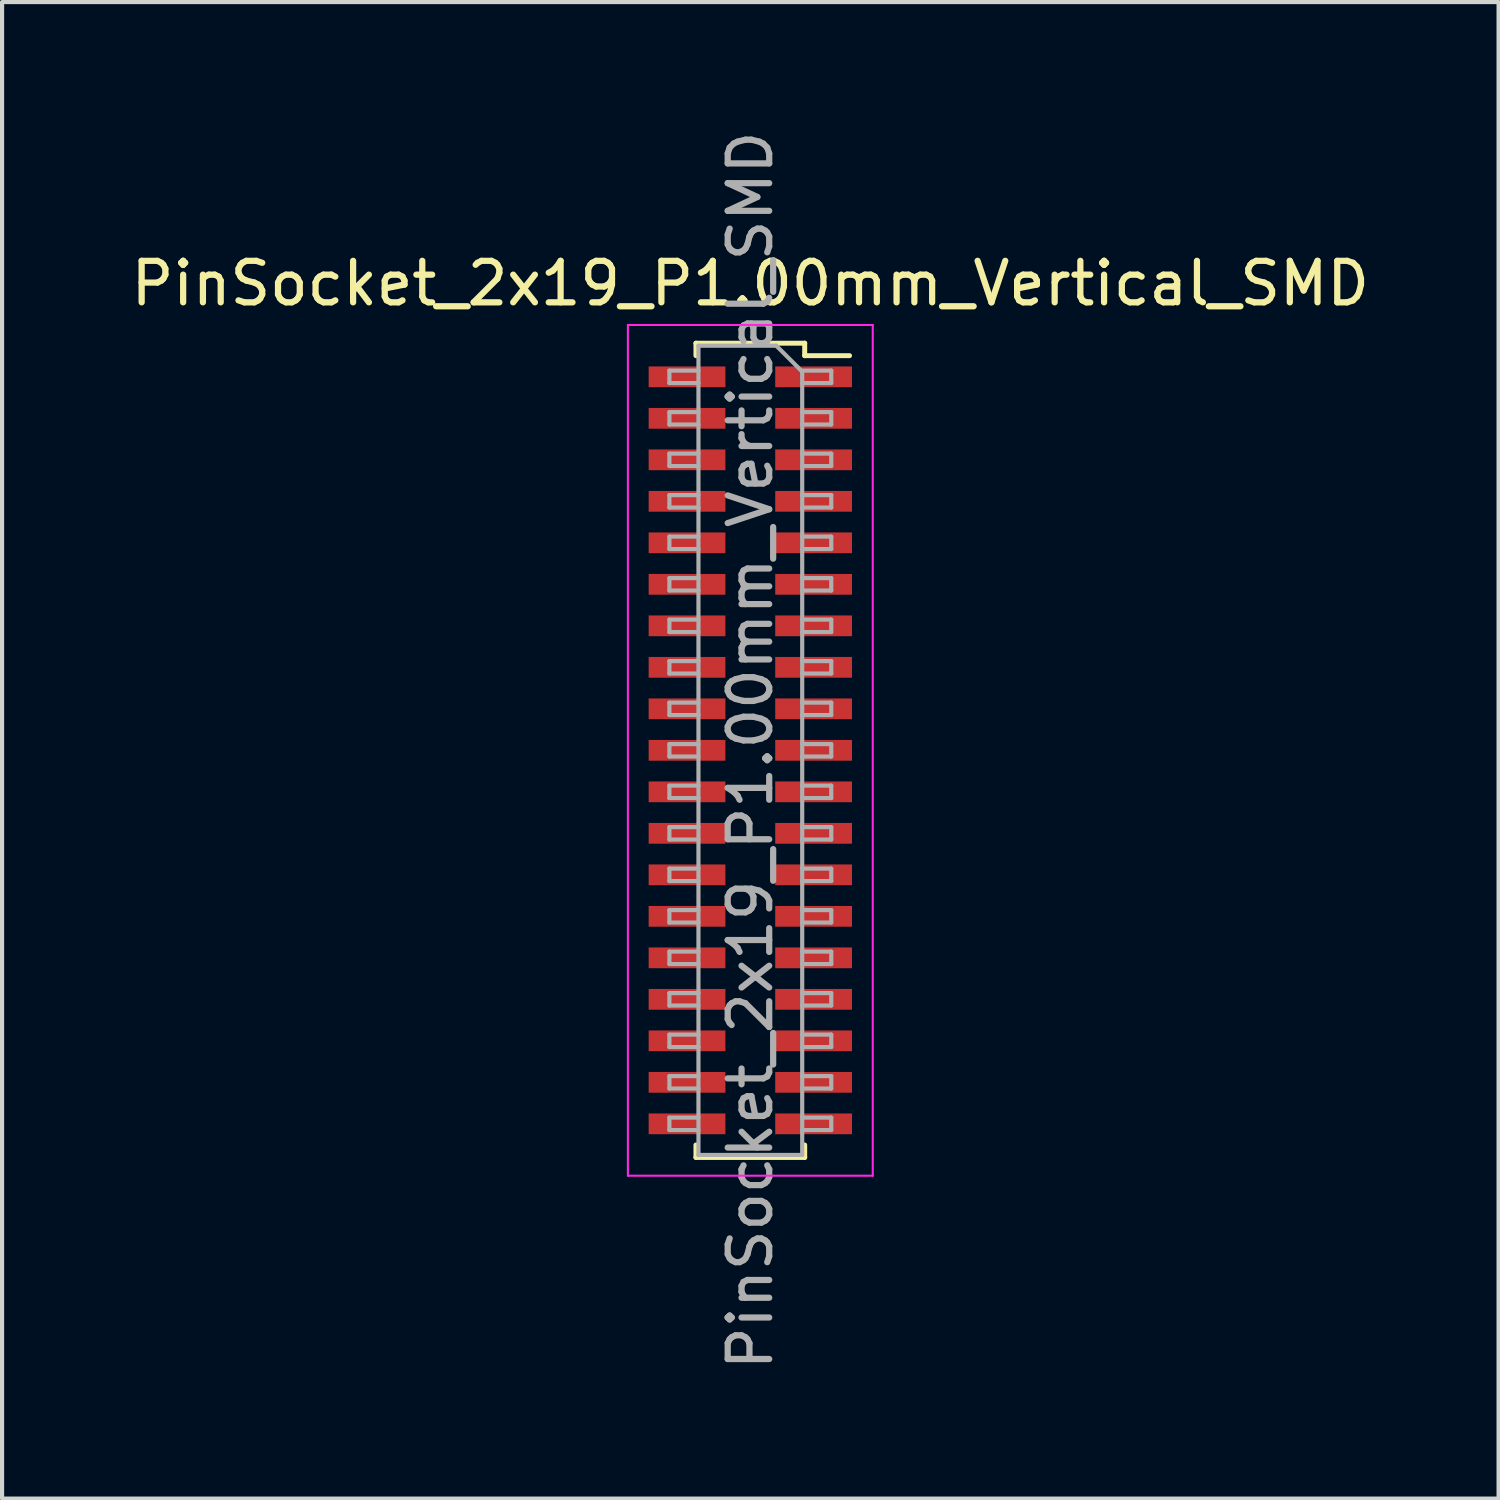
<source format=kicad_pcb>
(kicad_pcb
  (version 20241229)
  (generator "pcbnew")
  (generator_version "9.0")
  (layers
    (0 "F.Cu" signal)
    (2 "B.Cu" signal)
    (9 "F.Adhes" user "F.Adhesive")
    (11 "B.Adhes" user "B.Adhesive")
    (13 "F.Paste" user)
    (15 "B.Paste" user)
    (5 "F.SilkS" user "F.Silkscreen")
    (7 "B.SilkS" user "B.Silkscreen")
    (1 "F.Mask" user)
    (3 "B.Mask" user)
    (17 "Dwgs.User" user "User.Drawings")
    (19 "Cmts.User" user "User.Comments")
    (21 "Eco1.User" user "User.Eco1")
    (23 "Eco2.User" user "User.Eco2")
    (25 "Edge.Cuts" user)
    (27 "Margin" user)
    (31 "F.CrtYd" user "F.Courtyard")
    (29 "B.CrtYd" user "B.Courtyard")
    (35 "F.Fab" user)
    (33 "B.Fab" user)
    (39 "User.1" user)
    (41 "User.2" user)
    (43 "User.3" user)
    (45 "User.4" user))
  (footprint "PinSocket_2x19_P1.00mm_Vertical_SMD"
    (layer "F.Cu")
    (at 15.03 15.03)
    (property "Reference" "PinSocket_2x19_P1.00mm_Vertical_SMD" (at 0 -11.25 0) (layer "F.SilkS") (effects (font (size 1 1) (thickness 0.15))))
    (attr smd)
    (fp_line (start -1.31 -9.81) (end -1.31 -9.51) (stroke (width 0.12) (type solid)) (layer "F.SilkS"))
    (fp_line (start -1.31 -9.81) (end 1.31 -9.81) (stroke (width 0.12) (type solid)) (layer "F.SilkS"))
    (fp_line (start -1.31 9.51) (end -1.31 9.81) (stroke (width 0.12) (type solid)) (layer "F.SilkS"))
    (fp_line (start -1.31 9.81) (end 1.31 9.81) (stroke (width 0.12) (type solid)) (layer "F.SilkS"))
    (fp_line (start 1.31 -9.81) (end 1.31 -9.51) (stroke (width 0.12) (type solid)) (layer "F.SilkS"))
    (fp_line (start 1.31 -9.51) (end 2.39 -9.51) (stroke (width 0.12) (type solid)) (layer "F.SilkS"))
    (fp_line (start 1.31 9.51) (end 1.31 9.81) (stroke (width 0.12) (type solid)) (layer "F.SilkS"))
    (fp_line (start -2.95 -10.25) (end 2.95 -10.25) (stroke (width 0.05) (type solid)) (layer "F.CrtYd"))
    (fp_line (start -2.95 10.25) (end -2.95 -10.25) (stroke (width 0.05) (type solid)) (layer "F.CrtYd"))
    (fp_line (start 2.95 -10.25) (end 2.95 10.25) (stroke (width 0.05) (type solid)) (layer "F.CrtYd"))
    (fp_line (start 2.95 10.25) (end -2.95 10.25) (stroke (width 0.05) (type solid)) (layer "F.CrtYd"))
    (fp_line (start -1.95 -9.15) (end -1.25 -9.15) (stroke (width 0.1) (type solid)) (layer "F.Fab"))
    (fp_line (start -1.95 -8.85) (end -1.95 -9.15) (stroke (width 0.1) (type solid)) (layer "F.Fab"))
    (fp_line (start -1.95 -8.15) (end -1.25 -8.15) (stroke (width 0.1) (type solid)) (layer "F.Fab"))
    (fp_line (start -1.95 -7.85) (end -1.95 -8.15) (stroke (width 0.1) (type solid)) (layer "F.Fab"))
    (fp_line (start -1.95 -7.15) (end -1.25 -7.15) (stroke (width 0.1) (type solid)) (layer "F.Fab"))
    (fp_line (start -1.95 -6.85) (end -1.95 -7.15) (stroke (width 0.1) (type solid)) (layer "F.Fab"))
    (fp_line (start -1.95 -6.15) (end -1.25 -6.15) (stroke (width 0.1) (type solid)) (layer "F.Fab"))
    (fp_line (start -1.95 -5.85) (end -1.95 -6.15) (stroke (width 0.1) (type solid)) (layer "F.Fab"))
    (fp_line (start -1.95 -5.15) (end -1.25 -5.15) (stroke (width 0.1) (type solid)) (layer "F.Fab"))
    (fp_line (start -1.95 -4.85) (end -1.95 -5.15) (stroke (width 0.1) (type solid)) (layer "F.Fab"))
    (fp_line (start -1.95 -4.15) (end -1.25 -4.15) (stroke (width 0.1) (type solid)) (layer "F.Fab"))
    (fp_line (start -1.95 -3.85) (end -1.95 -4.15) (stroke (width 0.1) (type solid)) (layer "F.Fab"))
    (fp_line (start -1.95 -3.15) (end -1.25 -3.15) (stroke (width 0.1) (type solid)) (layer "F.Fab"))
    (fp_line (start -1.95 -2.85) (end -1.95 -3.15) (stroke (width 0.1) (type solid)) (layer "F.Fab"))
    (fp_line (start -1.95 -2.15) (end -1.25 -2.15) (stroke (width 0.1) (type solid)) (layer "F.Fab"))
    (fp_line (start -1.95 -1.85) (end -1.95 -2.15) (stroke (width 0.1) (type solid)) (layer "F.Fab"))
    (fp_line (start -1.95 -1.15) (end -1.25 -1.15) (stroke (width 0.1) (type solid)) (layer "F.Fab"))
    (fp_line (start -1.95 -0.85) (end -1.95 -1.15) (stroke (width 0.1) (type solid)) (layer "F.Fab"))
    (fp_line (start -1.95 -0.15) (end -1.25 -0.15) (stroke (width 0.1) (type solid)) (layer "F.Fab"))
    (fp_line (start -1.95 0.15) (end -1.95 -0.15) (stroke (width 0.1) (type solid)) (layer "F.Fab"))
    (fp_line (start -1.95 0.85) (end -1.25 0.85) (stroke (width 0.1) (type solid)) (layer "F.Fab"))
    (fp_line (start -1.95 1.15) (end -1.95 0.85) (stroke (width 0.1) (type solid)) (layer "F.Fab"))
    (fp_line (start -1.95 1.85) (end -1.25 1.85) (stroke (width 0.1) (type solid)) (layer "F.Fab"))
    (fp_line (start -1.95 2.15) (end -1.95 1.85) (stroke (width 0.1) (type solid)) (layer "F.Fab"))
    (fp_line (start -1.95 2.85) (end -1.25 2.85) (stroke (width 0.1) (type solid)) (layer "F.Fab"))
    (fp_line (start -1.95 3.15) (end -1.95 2.85) (stroke (width 0.1) (type solid)) (layer "F.Fab"))
    (fp_line (start -1.95 3.85) (end -1.25 3.85) (stroke (width 0.1) (type solid)) (layer "F.Fab"))
    (fp_line (start -1.95 4.15) (end -1.95 3.85) (stroke (width 0.1) (type solid)) (layer "F.Fab"))
    (fp_line (start -1.95 4.85) (end -1.25 4.85) (stroke (width 0.1) (type solid)) (layer "F.Fab"))
    (fp_line (start -1.95 5.15) (end -1.95 4.85) (stroke (width 0.1) (type solid)) (layer "F.Fab"))
    (fp_line (start -1.95 5.85) (end -1.25 5.85) (stroke (width 0.1) (type solid)) (layer "F.Fab"))
    (fp_line (start -1.95 6.15) (end -1.95 5.85) (stroke (width 0.1) (type solid)) (layer "F.Fab"))
    (fp_line (start -1.95 6.85) (end -1.25 6.85) (stroke (width 0.1) (type solid)) (layer "F.Fab"))
    (fp_line (start -1.95 7.15) (end -1.95 6.85) (stroke (width 0.1) (type solid)) (layer "F.Fab"))
    (fp_line (start -1.95 7.85) (end -1.25 7.85) (stroke (width 0.1) (type solid)) (layer "F.Fab"))
    (fp_line (start -1.95 8.15) (end -1.95 7.85) (stroke (width 0.1) (type solid)) (layer "F.Fab"))
    (fp_line (start -1.95 8.85) (end -1.25 8.85) (stroke (width 0.1) (type solid)) (layer "F.Fab"))
    (fp_line (start -1.95 9.15) (end -1.95 8.85) (stroke (width 0.1) (type solid)) (layer "F.Fab"))
    (fp_line (start -1.25 -9.75) (end 0.625 -9.75) (stroke (width 0.1) (type solid)) (layer "F.Fab"))
    (fp_line (start -1.25 -8.85) (end -1.95 -8.85) (stroke (width 0.1) (type solid)) (layer "F.Fab"))
    (fp_line (start -1.25 -7.85) (end -1.95 -7.85) (stroke (width 0.1) (type solid)) (layer "F.Fab"))
    (fp_line (start -1.25 -6.85) (end -1.95 -6.85) (stroke (width 0.1) (type solid)) (layer "F.Fab"))
    (fp_line (start -1.25 -5.85) (end -1.95 -5.85) (stroke (width 0.1) (type solid)) (layer "F.Fab"))
    (fp_line (start -1.25 -4.85) (end -1.95 -4.85) (stroke (width 0.1) (type solid)) (layer "F.Fab"))
    (fp_line (start -1.25 -3.85) (end -1.95 -3.85) (stroke (width 0.1) (type solid)) (layer "F.Fab"))
    (fp_line (start -1.25 -2.85) (end -1.95 -2.85) (stroke (width 0.1) (type solid)) (layer "F.Fab"))
    (fp_line (start -1.25 -1.85) (end -1.95 -1.85) (stroke (width 0.1) (type solid)) (layer "F.Fab"))
    (fp_line (start -1.25 -0.85) (end -1.95 -0.85) (stroke (width 0.1) (type solid)) (layer "F.Fab"))
    (fp_line (start -1.25 0.15) (end -1.95 0.15) (stroke (width 0.1) (type solid)) (layer "F.Fab"))
    (fp_line (start -1.25 1.15) (end -1.95 1.15) (stroke (width 0.1) (type solid)) (layer "F.Fab"))
    (fp_line (start -1.25 2.15) (end -1.95 2.15) (stroke (width 0.1) (type solid)) (layer "F.Fab"))
    (fp_line (start -1.25 3.15) (end -1.95 3.15) (stroke (width 0.1) (type solid)) (layer "F.Fab"))
    (fp_line (start -1.25 4.15) (end -1.95 4.15) (stroke (width 0.1) (type solid)) (layer "F.Fab"))
    (fp_line (start -1.25 5.15) (end -1.95 5.15) (stroke (width 0.1) (type solid)) (layer "F.Fab"))
    (fp_line (start -1.25 6.15) (end -1.95 6.15) (stroke (width 0.1) (type solid)) (layer "F.Fab"))
    (fp_line (start -1.25 7.15) (end -1.95 7.15) (stroke (width 0.1) (type solid)) (layer "F.Fab"))
    (fp_line (start -1.25 8.15) (end -1.95 8.15) (stroke (width 0.1) (type solid)) (layer "F.Fab"))
    (fp_line (start -1.25 9.15) (end -1.95 9.15) (stroke (width 0.1) (type solid)) (layer "F.Fab"))
    (fp_line (start -1.25 9.75) (end -1.25 -9.75) (stroke (width 0.1) (type solid)) (layer "F.Fab"))
    (fp_line (start 0.625 -9.75) (end 1.25 -9.125) (stroke (width 0.1) (type solid)) (layer "F.Fab"))
    (fp_line (start 1.25 -9.15) (end 1.95 -9.15) (stroke (width 0.1) (type solid)) (layer "F.Fab"))
    (fp_line (start 1.25 -9.125) (end 1.25 9.75) (stroke (width 0.1) (type solid)) (layer "F.Fab"))
    (fp_line (start 1.25 -8.15) (end 1.95 -8.15) (stroke (width 0.1) (type solid)) (layer "F.Fab"))
    (fp_line (start 1.25 -7.15) (end 1.95 -7.15) (stroke (width 0.1) (type solid)) (layer "F.Fab"))
    (fp_line (start 1.25 -6.15) (end 1.95 -6.15) (stroke (width 0.1) (type solid)) (layer "F.Fab"))
    (fp_line (start 1.25 -5.15) (end 1.95 -5.15) (stroke (width 0.1) (type solid)) (layer "F.Fab"))
    (fp_line (start 1.25 -4.15) (end 1.95 -4.15) (stroke (width 0.1) (type solid)) (layer "F.Fab"))
    (fp_line (start 1.25 -3.15) (end 1.95 -3.15) (stroke (width 0.1) (type solid)) (layer "F.Fab"))
    (fp_line (start 1.25 -2.15) (end 1.95 -2.15) (stroke (width 0.1) (type solid)) (layer "F.Fab"))
    (fp_line (start 1.25 -1.15) (end 1.95 -1.15) (stroke (width 0.1) (type solid)) (layer "F.Fab"))
    (fp_line (start 1.25 -0.15) (end 1.95 -0.15) (stroke (width 0.1) (type solid)) (layer "F.Fab"))
    (fp_line (start 1.25 0.85) (end 1.95 0.85) (stroke (width 0.1) (type solid)) (layer "F.Fab"))
    (fp_line (start 1.25 1.85) (end 1.95 1.85) (stroke (width 0.1) (type solid)) (layer "F.Fab"))
    (fp_line (start 1.25 2.85) (end 1.95 2.85) (stroke (width 0.1) (type solid)) (layer "F.Fab"))
    (fp_line (start 1.25 3.85) (end 1.95 3.85) (stroke (width 0.1) (type solid)) (layer "F.Fab"))
    (fp_line (start 1.25 4.85) (end 1.95 4.85) (stroke (width 0.1) (type solid)) (layer "F.Fab"))
    (fp_line (start 1.25 5.85) (end 1.95 5.85) (stroke (width 0.1) (type solid)) (layer "F.Fab"))
    (fp_line (start 1.25 6.85) (end 1.95 6.85) (stroke (width 0.1) (type solid)) (layer "F.Fab"))
    (fp_line (start 1.25 7.85) (end 1.95 7.85) (stroke (width 0.1) (type solid)) (layer "F.Fab"))
    (fp_line (start 1.25 8.85) (end 1.95 8.85) (stroke (width 0.1) (type solid)) (layer "F.Fab"))
    (fp_line (start 1.25 9.75) (end -1.25 9.75) (stroke (width 0.1) (type solid)) (layer "F.Fab"))
    (fp_line (start 1.95 -9.15) (end 1.95 -8.85) (stroke (width 0.1) (type solid)) (layer "F.Fab"))
    (fp_line (start 1.95 -8.85) (end 1.25 -8.85) (stroke (width 0.1) (type solid)) (layer "F.Fab"))
    (fp_line (start 1.95 -8.15) (end 1.95 -7.85) (stroke (width 0.1) (type solid)) (layer "F.Fab"))
    (fp_line (start 1.95 -7.85) (end 1.25 -7.85) (stroke (width 0.1) (type solid)) (layer "F.Fab"))
    (fp_line (start 1.95 -7.15) (end 1.95 -6.85) (stroke (width 0.1) (type solid)) (layer "F.Fab"))
    (fp_line (start 1.95 -6.85) (end 1.25 -6.85) (stroke (width 0.1) (type solid)) (layer "F.Fab"))
    (fp_line (start 1.95 -6.15) (end 1.95 -5.85) (stroke (width 0.1) (type solid)) (layer "F.Fab"))
    (fp_line (start 1.95 -5.85) (end 1.25 -5.85) (stroke (width 0.1) (type solid)) (layer "F.Fab"))
    (fp_line (start 1.95 -5.15) (end 1.95 -4.85) (stroke (width 0.1) (type solid)) (layer "F.Fab"))
    (fp_line (start 1.95 -4.85) (end 1.25 -4.85) (stroke (width 0.1) (type solid)) (layer "F.Fab"))
    (fp_line (start 1.95 -4.15) (end 1.95 -3.85) (stroke (width 0.1) (type solid)) (layer "F.Fab"))
    (fp_line (start 1.95 -3.85) (end 1.25 -3.85) (stroke (width 0.1) (type solid)) (layer "F.Fab"))
    (fp_line (start 1.95 -3.15) (end 1.95 -2.85) (stroke (width 0.1) (type solid)) (layer "F.Fab"))
    (fp_line (start 1.95 -2.85) (end 1.25 -2.85) (stroke (width 0.1) (type solid)) (layer "F.Fab"))
    (fp_line (start 1.95 -2.15) (end 1.95 -1.85) (stroke (width 0.1) (type solid)) (layer "F.Fab"))
    (fp_line (start 1.95 -1.85) (end 1.25 -1.85) (stroke (width 0.1) (type solid)) (layer "F.Fab"))
    (fp_line (start 1.95 -1.15) (end 1.95 -0.85) (stroke (width 0.1) (type solid)) (layer "F.Fab"))
    (fp_line (start 1.95 -0.85) (end 1.25 -0.85) (stroke (width 0.1) (type solid)) (layer "F.Fab"))
    (fp_line (start 1.95 -0.15) (end 1.95 0.15) (stroke (width 0.1) (type solid)) (layer "F.Fab"))
    (fp_line (start 1.95 0.15) (end 1.25 0.15) (stroke (width 0.1) (type solid)) (layer "F.Fab"))
    (fp_line (start 1.95 0.85) (end 1.95 1.15) (stroke (width 0.1) (type solid)) (layer "F.Fab"))
    (fp_line (start 1.95 1.15) (end 1.25 1.15) (stroke (width 0.1) (type solid)) (layer "F.Fab"))
    (fp_line (start 1.95 1.85) (end 1.95 2.15) (stroke (width 0.1) (type solid)) (layer "F.Fab"))
    (fp_line (start 1.95 2.15) (end 1.25 2.15) (stroke (width 0.1) (type solid)) (layer "F.Fab"))
    (fp_line (start 1.95 2.85) (end 1.95 3.15) (stroke (width 0.1) (type solid)) (layer "F.Fab"))
    (fp_line (start 1.95 3.15) (end 1.25 3.15) (stroke (width 0.1) (type solid)) (layer "F.Fab"))
    (fp_line (start 1.95 3.85) (end 1.95 4.15) (stroke (width 0.1) (type solid)) (layer "F.Fab"))
    (fp_line (start 1.95 4.15) (end 1.25 4.15) (stroke (width 0.1) (type solid)) (layer "F.Fab"))
    (fp_line (start 1.95 4.85) (end 1.95 5.15) (stroke (width 0.1) (type solid)) (layer "F.Fab"))
    (fp_line (start 1.95 5.15) (end 1.25 5.15) (stroke (width 0.1) (type solid)) (layer "F.Fab"))
    (fp_line (start 1.95 5.85) (end 1.95 6.15) (stroke (width 0.1) (type solid)) (layer "F.Fab"))
    (fp_line (start 1.95 6.15) (end 1.25 6.15) (stroke (width 0.1) (type solid)) (layer "F.Fab"))
    (fp_line (start 1.95 6.85) (end 1.95 7.15) (stroke (width 0.1) (type solid)) (layer "F.Fab"))
    (fp_line (start 1.95 7.15) (end 1.25 7.15) (stroke (width 0.1) (type solid)) (layer "F.Fab"))
    (fp_line (start 1.95 7.85) (end 1.95 8.15) (stroke (width 0.1) (type solid)) (layer "F.Fab"))
    (fp_line (start 1.95 8.15) (end 1.25 8.15) (stroke (width 0.1) (type solid)) (layer "F.Fab"))
    (fp_line (start 1.95 8.85) (end 1.95 9.15) (stroke (width 0.1) (type solid)) (layer "F.Fab"))
    (fp_line (start 1.95 9.15) (end 1.25 9.15) (stroke (width 0.1) (type solid)) (layer "F.Fab"))
    (fp_text user "${REFERENCE}" (at 0 0 90) (layer "F.Fab") (effects (font (size 1 1) (thickness 0.15))))
    (pad "1" smd rect (at 1.525 -9) (size 1.85 0.5) (layers "F.Cu" "F.Mask" "F.Paste"))
    (pad "2" smd rect (at -1.525 -9) (size 1.85 0.5) (layers "F.Cu" "F.Mask" "F.Paste"))
    (pad "3" smd rect (at 1.525 -8) (size 1.85 0.5) (layers "F.Cu" "F.Mask" "F.Paste"))
    (pad "4" smd rect (at -1.525 -8) (size 1.85 0.5) (layers "F.Cu" "F.Mask" "F.Paste"))
    (pad "5" smd rect (at 1.525 -7) (size 1.85 0.5) (layers "F.Cu" "F.Mask" "F.Paste"))
    (pad "6" smd rect (at -1.525 -7) (size 1.85 0.5) (layers "F.Cu" "F.Mask" "F.Paste"))
    (pad "7" smd rect (at 1.525 -6) (size 1.85 0.5) (layers "F.Cu" "F.Mask" "F.Paste"))
    (pad "8" smd rect (at -1.525 -6) (size 1.85 0.5) (layers "F.Cu" "F.Mask" "F.Paste"))
    (pad "9" smd rect (at 1.525 -5) (size 1.85 0.5) (layers "F.Cu" "F.Mask" "F.Paste"))
    (pad "10" smd rect (at -1.525 -5) (size 1.85 0.5) (layers "F.Cu" "F.Mask" "F.Paste"))
    (pad "11" smd rect (at 1.525 -4) (size 1.85 0.5) (layers "F.Cu" "F.Mask" "F.Paste"))
    (pad "12" smd rect (at -1.525 -4) (size 1.85 0.5) (layers "F.Cu" "F.Mask" "F.Paste"))
    (pad "13" smd rect (at 1.525 -3) (size 1.85 0.5) (layers "F.Cu" "F.Mask" "F.Paste"))
    (pad "14" smd rect (at -1.525 -3) (size 1.85 0.5) (layers "F.Cu" "F.Mask" "F.Paste"))
    (pad "15" smd rect (at 1.525 -2) (size 1.85 0.5) (layers "F.Cu" "F.Mask" "F.Paste"))
    (pad "16" smd rect (at -1.525 -2) (size 1.85 0.5) (layers "F.Cu" "F.Mask" "F.Paste"))
    (pad "17" smd rect (at 1.525 -1) (size 1.85 0.5) (layers "F.Cu" "F.Mask" "F.Paste"))
    (pad "18" smd rect (at -1.525 -1) (size 1.85 0.5) (layers "F.Cu" "F.Mask" "F.Paste"))
    (pad "19" smd rect (at 1.525 0) (size 1.85 0.5) (layers "F.Cu" "F.Mask" "F.Paste"))
    (pad "20" smd rect (at -1.525 0) (size 1.85 0.5) (layers "F.Cu" "F.Mask" "F.Paste"))
    (pad "21" smd rect (at 1.525 1) (size 1.85 0.5) (layers "F.Cu" "F.Mask" "F.Paste"))
    (pad "22" smd rect (at -1.525 1) (size 1.85 0.5) (layers "F.Cu" "F.Mask" "F.Paste"))
    (pad "23" smd rect (at 1.525 2) (size 1.85 0.5) (layers "F.Cu" "F.Mask" "F.Paste"))
    (pad "24" smd rect (at -1.525 2) (size 1.85 0.5) (layers "F.Cu" "F.Mask" "F.Paste"))
    (pad "25" smd rect (at 1.525 3) (size 1.85 0.5) (layers "F.Cu" "F.Mask" "F.Paste"))
    (pad "26" smd rect (at -1.525 3) (size 1.85 0.5) (layers "F.Cu" "F.Mask" "F.Paste"))
    (pad "27" smd rect (at 1.525 4) (size 1.85 0.5) (layers "F.Cu" "F.Mask" "F.Paste"))
    (pad "28" smd rect (at -1.525 4) (size 1.85 0.5) (layers "F.Cu" "F.Mask" "F.Paste"))
    (pad "29" smd rect (at 1.525 5) (size 1.85 0.5) (layers "F.Cu" "F.Mask" "F.Paste"))
    (pad "30" smd rect (at -1.525 5) (size 1.85 0.5) (layers "F.Cu" "F.Mask" "F.Paste"))
    (pad "31" smd rect (at 1.525 6) (size 1.85 0.5) (layers "F.Cu" "F.Mask" "F.Paste"))
    (pad "32" smd rect (at -1.525 6) (size 1.85 0.5) (layers "F.Cu" "F.Mask" "F.Paste"))
    (pad "33" smd rect (at 1.525 7) (size 1.85 0.5) (layers "F.Cu" "F.Mask" "F.Paste"))
    (pad "34" smd rect (at -1.525 7) (size 1.85 0.5) (layers "F.Cu" "F.Mask" "F.Paste"))
    (pad "35" smd rect (at 1.525 8) (size 1.85 0.5) (layers "F.Cu" "F.Mask" "F.Paste"))
    (pad "36" smd rect (at -1.525 8) (size 1.85 0.5) (layers "F.Cu" "F.Mask" "F.Paste"))
    (pad "37" smd rect (at 1.525 9) (size 1.85 0.5) (layers "F.Cu" "F.Mask" "F.Paste"))
    (pad "38" smd rect (at -1.525 9) (size 1.85 0.5) (layers "F.Cu" "F.Mask" "F.Paste")))
  (gr_rect
    (start -3 -3)
    (end 33.06 33.06)
    (stroke (width 0.1) (type default))
    (fill no)
    (layer "Edge.Cuts")))
</source>
